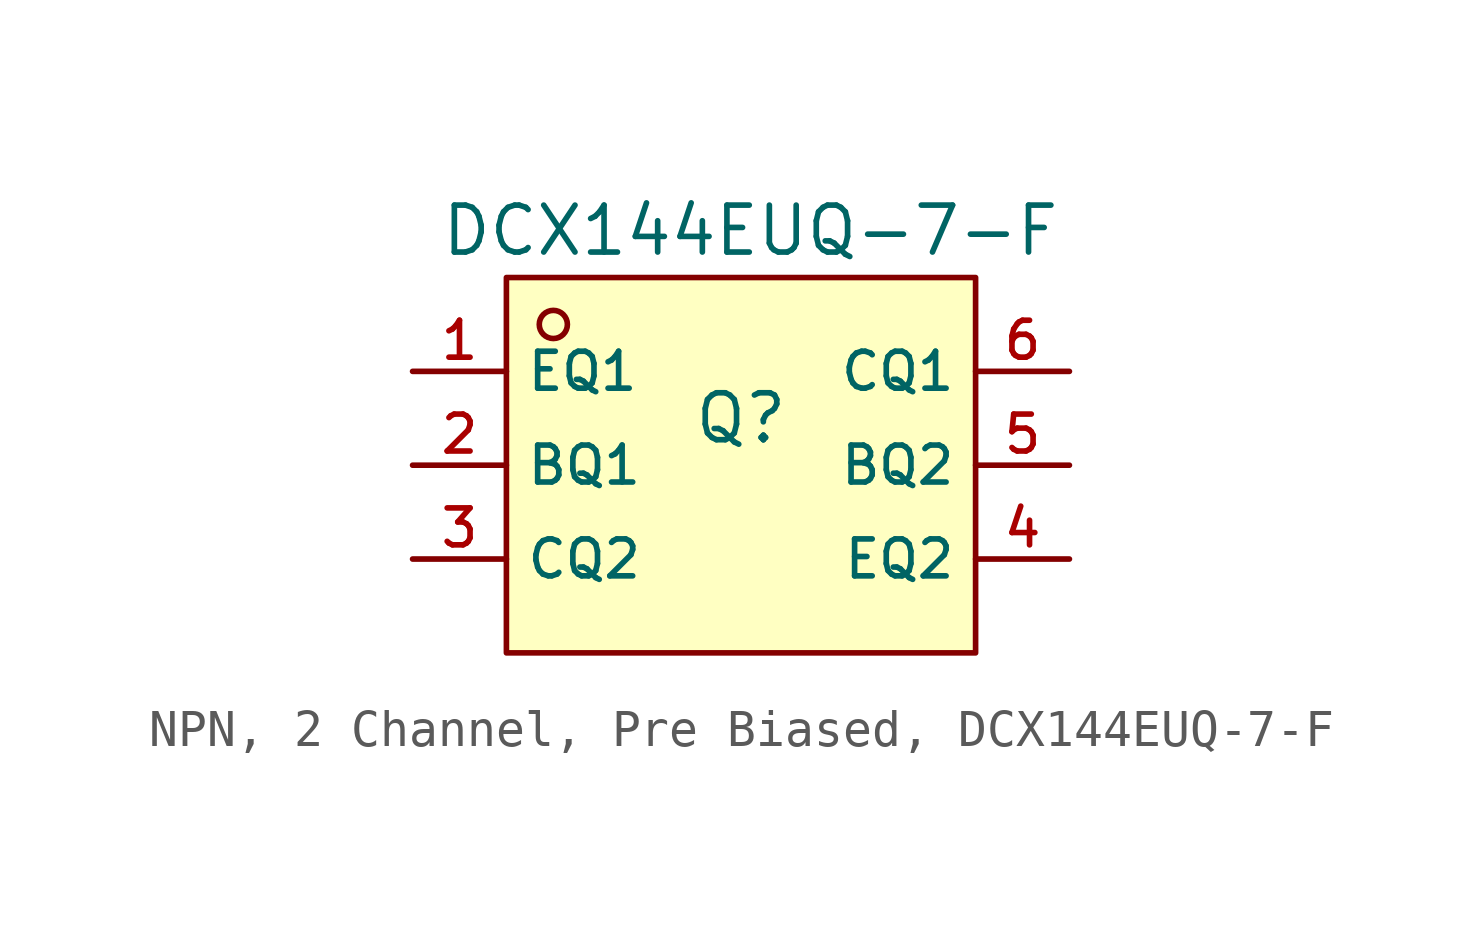
<source format=kicad_sym>
(kicad_symbol_lib
  (version 20231120)
  (generator "CDFER_Archive_Tool")
  (generator_version "0.0")
  (symbol "NPN, 2 Channel, Pre Biased, DCX144EUQ-7-F"
    (property "Reference" "Q"
      (at -1.27 1.27 0)
      (effects (font (size 1.27 1.27))))
    (property "Value" "DCX144EUQ-7-F"
      (at -1.016 6.35 0)
      (effects (font (size 1.27 1.27))))
    (symbol "NPN, 2 Channel, Pre Biased, DCX144EUQ-7-F_0_1"
      (rectangle (start -7.62 5.08) (end 5.08 -5.08) (stroke (width 0) (type default)) (fill (type background)))
      (circle (center -6.35 3.81) (radius 0.381) (stroke (width 0) (type default)) (fill (type background)))
      (pin unspecified line (at -10.16 2.54 0) (length 2.54) (name "EQ1" (effects (font (size 1 1)))) (number "1" (effects (font (size 1 1)))))
      (pin unspecified line (at -10.16 0 0) (length 2.54) (name "BQ1" (effects (font (size 1 1)))) (number "2" (effects (font (size 1 1)))))
      (pin unspecified line (at -10.16 -2.54 0) (length 2.54) (name "CQ2" (effects (font (size 1 1)))) (number "3" (effects (font (size 1 1)))))
      (pin unspecified line (at 7.62 -2.54 180) (length 2.54) (name "EQ2" (effects (font (size 1 1)))) (number "4" (effects (font (size 1 1)))))
      (pin unspecified line (at 7.62 0 180) (length 2.54) (name "BQ2" (effects (font (size 1 1)))) (number "5" (effects (font (size 1 1)))))
      (pin unspecified line (at 7.62 2.54 180) (length 2.54) (name "CQ1" (effects (font (size 1 1)))) (number "6" (effects (font (size 1 1))))))))
</source>
